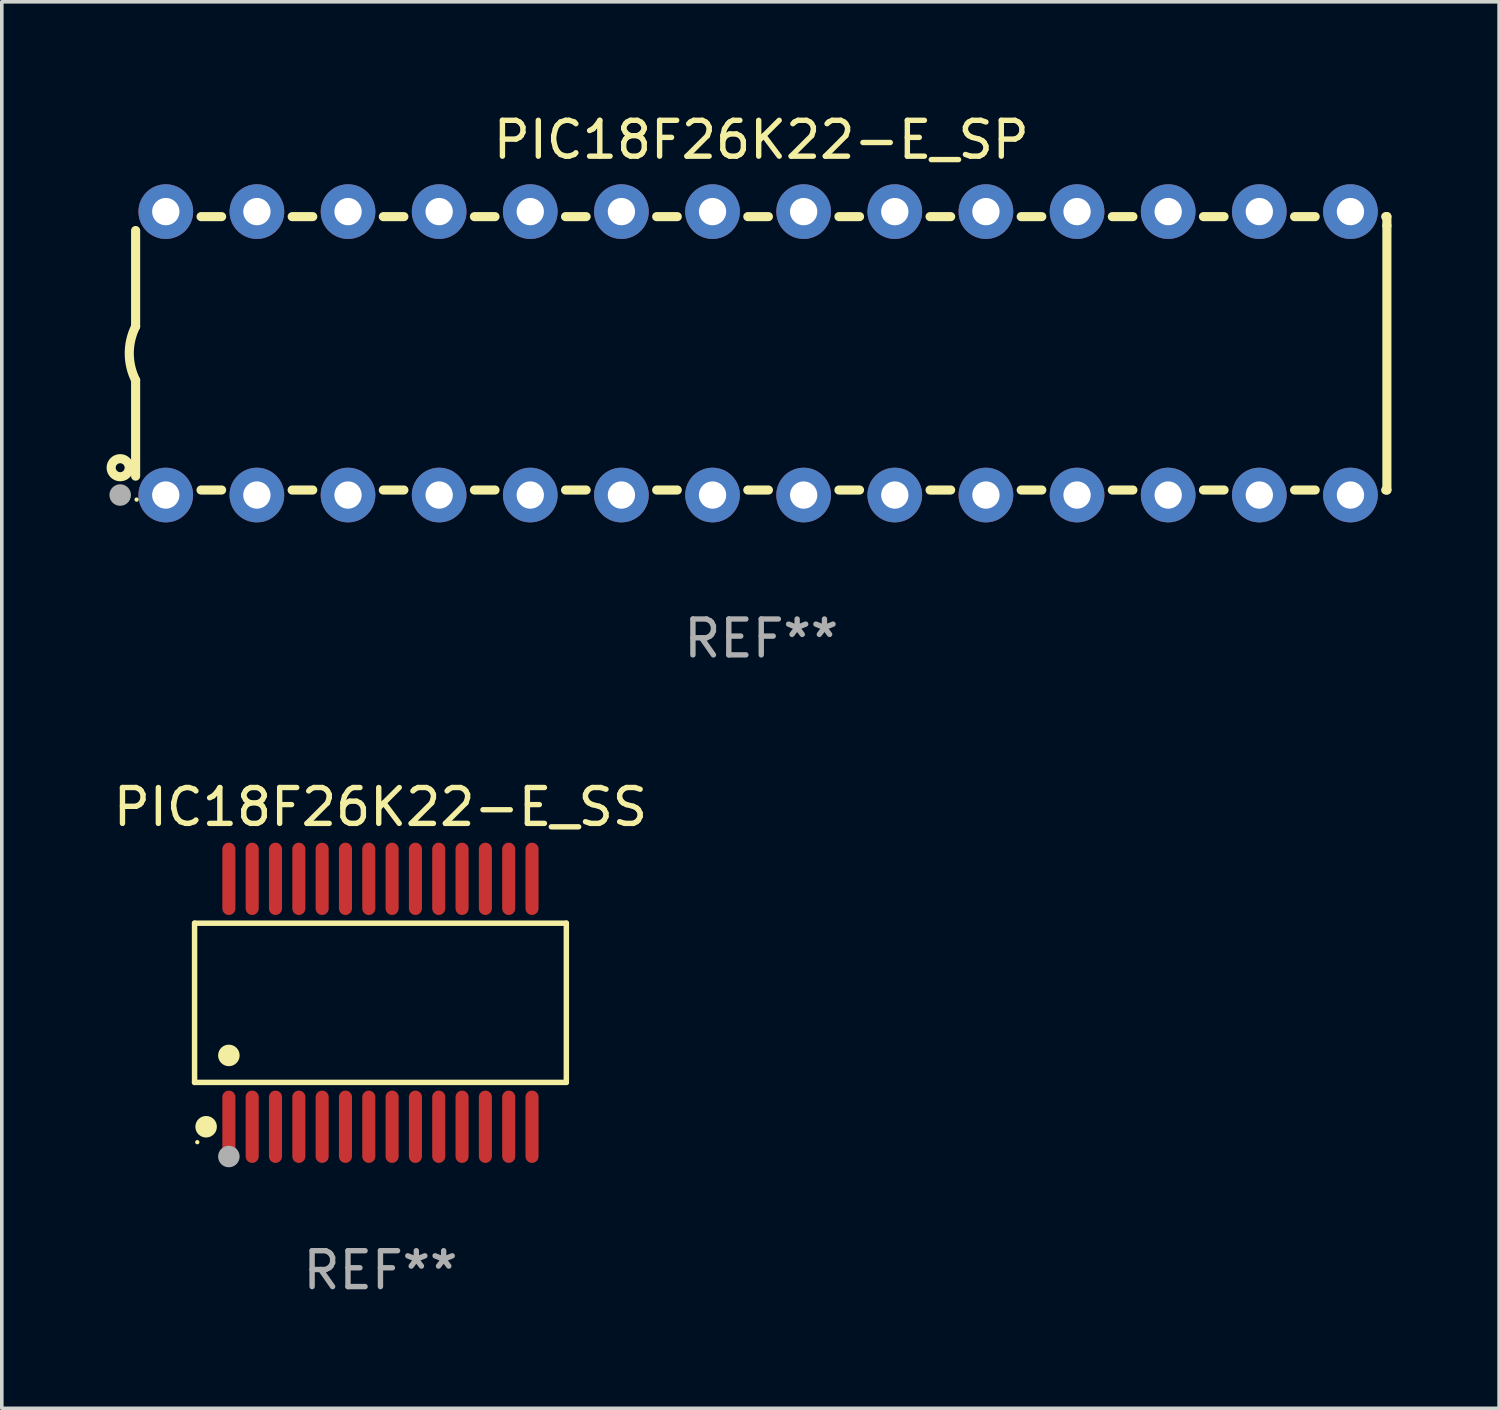
<source format=kicad_pcb>
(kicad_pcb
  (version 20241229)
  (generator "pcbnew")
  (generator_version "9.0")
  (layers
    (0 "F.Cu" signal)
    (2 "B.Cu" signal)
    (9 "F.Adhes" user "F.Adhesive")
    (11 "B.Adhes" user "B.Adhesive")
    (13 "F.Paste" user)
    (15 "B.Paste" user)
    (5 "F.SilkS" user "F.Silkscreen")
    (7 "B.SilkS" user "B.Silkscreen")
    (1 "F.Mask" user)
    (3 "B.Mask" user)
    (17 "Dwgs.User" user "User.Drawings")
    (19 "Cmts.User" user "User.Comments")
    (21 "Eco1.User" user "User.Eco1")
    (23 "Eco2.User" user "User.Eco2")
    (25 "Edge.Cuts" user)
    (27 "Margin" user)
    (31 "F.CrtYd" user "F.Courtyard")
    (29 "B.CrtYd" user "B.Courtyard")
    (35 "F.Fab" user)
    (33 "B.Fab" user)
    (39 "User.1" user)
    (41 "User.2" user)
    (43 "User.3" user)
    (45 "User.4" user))
  (footprint "PIC18F26K22-E_SS"
    (layer "F.Cu")
    (at 7.554 24.9)
    (property "Reference" "PIC18F26K22-E_SS" (at 0 -5.455 0) (layer "F.SilkS") (effects (font (size 1 1) (thickness 0.15))))
    (attr through_hole)
    (fp_line (start -5.181 -2.219) (end 5.181 -2.219) (stroke (width 0.152) (type solid)) (layer "F.SilkS"))
    (fp_line (start -5.181 2.219) (end -5.181 -2.219) (stroke (width 0.152) (type solid)) (layer "F.SilkS"))
    (fp_line (start 5.181 -2.219) (end 5.181 2.219) (stroke (width 0.152) (type solid)) (layer "F.SilkS"))
    (fp_line (start 5.181 2.219) (end -5.181 2.219) (stroke (width 0.152) (type solid)) (layer "F.SilkS"))
    (fp_circle (center -5.105 3.885) (end -5.075 3.885) (stroke (width 0.06) (type solid)) (fill no) (layer "F.SilkS"))
    (fp_circle (center -4.859 3.455) (end -4.709 3.455) (stroke (width 0.3) (type solid)) (fill no) (layer "F.SilkS"))
    (fp_circle (center -4.225 1.467) (end -4.075 1.467) (stroke (width 0.3) (type solid)) (fill no) (layer "F.SilkS"))
    (fp_circle (center -4.225 4.285) (end -4.075 4.285) (stroke (width 0.3) (type solid)) (fill no) (layer "F.Fab"))
    (fp_text user "REF**" (at 0 7.455 0) (layer "F.Fab") (effects (font (size 1 1) (thickness 0.15))))
    (pad "1" smd oval (at -4.225 3.455) (size 0.364 2.015) (layers "F.Cu" "F.Mask" "F.Paste"))
    (pad "2" smd oval (at -3.575 3.455) (size 0.364 2.015) (layers "F.Cu" "F.Mask" "F.Paste"))
    (pad "3" smd oval (at -2.925 3.455) (size 0.364 2.015) (layers "F.Cu" "F.Mask" "F.Paste"))
    (pad "4" smd oval (at -2.275 3.455) (size 0.364 2.015) (layers "F.Cu" "F.Mask" "F.Paste"))
    (pad "5" smd oval (at -1.625 3.455) (size 0.364 2.015) (layers "F.Cu" "F.Mask" "F.Paste"))
    (pad "6" smd oval (at -0.975 3.455) (size 0.364 2.015) (layers "F.Cu" "F.Mask" "F.Paste"))
    (pad "7" smd oval (at -0.325 3.455) (size 0.364 2.015) (layers "F.Cu" "F.Mask" "F.Paste"))
    (pad "8" smd oval (at 0.325 3.455) (size 0.364 2.015) (layers "F.Cu" "F.Mask" "F.Paste"))
    (pad "9" smd oval (at 0.975 3.455) (size 0.364 2.015) (layers "F.Cu" "F.Mask" "F.Paste"))
    (pad "10" smd oval (at 1.625 3.455) (size 0.364 2.015) (layers "F.Cu" "F.Mask" "F.Paste"))
    (pad "11" smd oval (at 2.275 3.455) (size 0.364 2.015) (layers "F.Cu" "F.Mask" "F.Paste"))
    (pad "12" smd oval (at 2.925 3.455) (size 0.364 2.015) (layers "F.Cu" "F.Mask" "F.Paste"))
    (pad "13" smd oval (at 3.575 3.455) (size 0.364 2.015) (layers "F.Cu" "F.Mask" "F.Paste"))
    (pad "14" smd oval (at 4.225 3.455) (size 0.364 2.015) (layers "F.Cu" "F.Mask" "F.Paste"))
    (pad "15" smd oval (at 4.225 -3.455) (size 0.364 2.015) (layers "F.Cu" "F.Mask" "F.Paste"))
    (pad "16" smd oval (at 3.575 -3.455) (size 0.364 2.015) (layers "F.Cu" "F.Mask" "F.Paste"))
    (pad "17" smd oval (at 2.925 -3.455) (size 0.364 2.015) (layers "F.Cu" "F.Mask" "F.Paste"))
    (pad "18" smd oval (at 2.275 -3.455) (size 0.364 2.015) (layers "F.Cu" "F.Mask" "F.Paste"))
    (pad "19" smd oval (at 1.625 -3.455) (size 0.364 2.015) (layers "F.Cu" "F.Mask" "F.Paste"))
    (pad "20" smd oval (at 0.975 -3.455) (size 0.364 2.015) (layers "F.Cu" "F.Mask" "F.Paste"))
    (pad "21" smd oval (at 0.325 -3.455) (size 0.364 2.015) (layers "F.Cu" "F.Mask" "F.Paste"))
    (pad "22" smd oval (at -0.325 -3.455) (size 0.364 2.015) (layers "F.Cu" "F.Mask" "F.Paste"))
    (pad "23" smd oval (at -0.975 -3.455) (size 0.364 2.015) (layers "F.Cu" "F.Mask" "F.Paste"))
    (pad "24" smd oval (at -1.625 -3.455) (size 0.364 2.015) (layers "F.Cu" "F.Mask" "F.Paste"))
    (pad "25" smd oval (at -2.275 -3.455) (size 0.364 2.015) (layers "F.Cu" "F.Mask" "F.Paste"))
    (pad "26" smd oval (at -2.925 -3.455) (size 0.364 2.015) (layers "F.Cu" "F.Mask" "F.Paste"))
    (pad "27" smd oval (at -3.575 -3.455) (size 0.364 2.015) (layers "F.Cu" "F.Mask" "F.Paste"))
    (pad "28" smd oval (at -4.225 -3.455) (size 0.364 2.015) (layers "F.Cu" "F.Mask" "F.Paste")))
  (footprint "PIC18F26K22-E_SP"
    (layer "F.Cu")
    (at 18.168 6.798)
    (property "Reference" "PIC18F26K22-E_SP" (at 0 -5.95 0) (layer "F.SilkS") (effects (font (size 1 1) (thickness 0.15))))
    (attr through_hole)
    (fp_line (start -17.438 0.75) (end -17.438 3.423) (stroke (width 0.254) (type solid)) (layer "F.SilkS"))
    (fp_line (start -17.438 -3.423) (end -17.438 -0.75) (stroke (width 0.254) (type solid)) (layer "F.SilkS"))
    (fp_line (start -15.615 3.81) (end -15.041 3.81) (stroke (width 0.254) (type solid)) (layer "F.SilkS"))
    (fp_line (start -15.041 -3.81) (end -15.614 -3.81) (stroke (width 0.254) (type solid)) (layer "F.SilkS"))
    (fp_line (start -13.075 3.81) (end -12.501 3.81) (stroke (width 0.254) (type solid)) (layer "F.SilkS"))
    (fp_line (start -12.501 -3.81) (end -13.074 -3.81) (stroke (width 0.254) (type solid)) (layer "F.SilkS"))
    (fp_line (start -10.535 3.81) (end -9.961 3.81) (stroke (width 0.254) (type solid)) (layer "F.SilkS"))
    (fp_line (start -9.961 -3.81) (end -10.534 -3.81) (stroke (width 0.254) (type solid)) (layer "F.SilkS"))
    (fp_line (start -7.995 3.81) (end -7.421 3.81) (stroke (width 0.254) (type solid)) (layer "F.SilkS"))
    (fp_line (start -7.421 -3.81) (end -7.995 -3.81) (stroke (width 0.254) (type solid)) (layer "F.SilkS"))
    (fp_line (start -5.455 3.81) (end -4.881 3.81) (stroke (width 0.254) (type solid)) (layer "F.SilkS"))
    (fp_line (start -4.881 -3.81) (end -5.455 -3.81) (stroke (width 0.254) (type solid)) (layer "F.SilkS"))
    (fp_line (start -2.915 3.81) (end -2.341 3.81) (stroke (width 0.254) (type solid)) (layer "F.SilkS"))
    (fp_line (start -2.341 -3.81) (end -2.915 -3.81) (stroke (width 0.254) (type solid)) (layer "F.SilkS"))
    (fp_line (start -0.375 3.81) (end 0.199 3.81) (stroke (width 0.254) (type solid)) (layer "F.SilkS"))
    (fp_line (start 0.199 -3.81) (end -0.375 -3.81) (stroke (width 0.254) (type solid)) (layer "F.SilkS"))
    (fp_line (start 2.165 3.81) (end 2.739 3.81) (stroke (width 0.254) (type solid)) (layer "F.SilkS"))
    (fp_line (start 2.739 -3.81) (end 2.165 -3.81) (stroke (width 0.254) (type solid)) (layer "F.SilkS"))
    (fp_line (start 4.705 3.81) (end 5.279 3.81) (stroke (width 0.254) (type solid)) (layer "F.SilkS"))
    (fp_line (start 5.279 -3.81) (end 4.705 -3.81) (stroke (width 0.254) (type solid)) (layer "F.SilkS"))
    (fp_line (start 7.245 3.81) (end 7.819 3.81) (stroke (width 0.254) (type solid)) (layer "F.SilkS"))
    (fp_line (start 7.819 -3.81) (end 7.245 -3.81) (stroke (width 0.254) (type solid)) (layer "F.SilkS"))
    (fp_line (start 9.785 3.81) (end 10.359 3.81) (stroke (width 0.254) (type solid)) (layer "F.SilkS"))
    (fp_line (start 10.359 -3.81) (end 9.785 -3.81) (stroke (width 0.254) (type solid)) (layer "F.SilkS"))
    (fp_line (start 12.325 3.81) (end 12.899 3.81) (stroke (width 0.254) (type solid)) (layer "F.SilkS"))
    (fp_line (start 12.899 -3.81) (end 12.325 -3.81) (stroke (width 0.254) (type solid)) (layer "F.SilkS"))
    (fp_line (start 14.865 3.81) (end 15.439 3.81) (stroke (width 0.254) (type solid)) (layer "F.SilkS"))
    (fp_line (start 15.439 -3.81) (end 14.865 -3.81) (stroke (width 0.254) (type solid)) (layer "F.SilkS"))
    (fp_line (start 17.405 3.81) (end 17.438 3.81) (stroke (width 0.254) (type solid)) (layer "F.SilkS"))
    (fp_line (start 17.438 -3.81) (end 17.405 -3.81) (stroke (width 0.254) (type solid)) (layer "F.SilkS"))
    (fp_line (start 17.438 -3.556) (end 17.438 -3.81) (stroke (width 0.254) (type solid)) (layer "F.SilkS"))
    (fp_line (start 17.438 3.81) (end 17.438 -3.556) (stroke (width 0.254) (type solid)) (layer "F.SilkS"))
    (fp_arc (start -17.437986 0.749657) (mid -17.614887 -0.000024) (end -17.437783 -0.749657) (stroke (width 0.254001) (type solid)) (layer "F.SilkS"))
    (fp_circle (center -17.868 3.188) (end -17.743 3.188) (stroke (width 0.254) (type solid)) (fill no) (layer "F.SilkS"))
    (fp_circle (center -17.411 4.077) (end -17.381 4.077) (stroke (width 0.06) (type solid)) (fill no) (layer "F.SilkS"))
    (fp_circle (center -17.868 3.95) (end -17.718 3.95) (stroke (width 0.3) (type solid)) (fill no) (layer "F.Fab"))
    (fp_text user "REF**" (at 0 7.95 0) (layer "F.Fab") (effects (font (size 1 1) (thickness 0.15))))
    (pad "1" thru_hole circle (at -16.598 3.95) (size 1.524 1.524) (drill 0.762) (layers "*.Cu" "*.Mask"))
    (pad "2" thru_hole circle (at -14.058 3.95) (size 1.524 1.524) (drill 0.762) (layers "*.Cu" "*.Mask"))
    (pad "3" thru_hole circle (at -11.518 3.95) (size 1.524 1.524) (drill 0.762) (layers "*.Cu" "*.Mask"))
    (pad "4" thru_hole circle (at -8.978 3.95) (size 1.524 1.524) (drill 0.762) (layers "*.Cu" "*.Mask"))
    (pad "5" thru_hole circle (at -6.438 3.95) (size 1.524 1.524) (drill 0.762) (layers "*.Cu" "*.Mask"))
    (pad "6" thru_hole circle (at -3.898 3.95) (size 1.524 1.524) (drill 0.762) (layers "*.Cu" "*.Mask"))
    (pad "7" thru_hole circle (at -1.358 3.95) (size 1.524 1.524) (drill 0.762) (layers "*.Cu" "*.Mask"))
    (pad "8" thru_hole circle (at 1.182 3.95) (size 1.524 1.524) (drill 0.762) (layers "*.Cu" "*.Mask"))
    (pad "9" thru_hole circle (at 3.722 3.95) (size 1.524 1.524) (drill 0.762) (layers "*.Cu" "*.Mask"))
    (pad "10" thru_hole circle (at 6.262 3.95) (size 1.524 1.524) (drill 0.762) (layers "*.Cu" "*.Mask"))
    (pad "11" thru_hole circle (at 8.802 3.95) (size 1.524 1.524) (drill 0.762) (layers "*.Cu" "*.Mask"))
    (pad "12" thru_hole circle (at 11.342 3.95) (size 1.524 1.524) (drill 0.762) (layers "*.Cu" "*.Mask"))
    (pad "13" thru_hole circle (at 13.882 3.95) (size 1.524 1.524) (drill 0.762) (layers "*.Cu" "*.Mask"))
    (pad "14" thru_hole circle (at 16.422 3.95) (size 1.524 1.524) (drill 0.762) (layers "*.Cu" "*.Mask"))
    (pad "15" thru_hole circle (at 16.422 -3.95) (size 1.524 1.524) (drill 0.762) (layers "*.Cu" "*.Mask"))
    (pad "16" thru_hole circle (at 13.882 -3.95) (size 1.524 1.524) (drill 0.762) (layers "*.Cu" "*.Mask"))
    (pad "17" thru_hole circle (at 11.342 -3.95) (size 1.524 1.524) (drill 0.762) (layers "*.Cu" "*.Mask"))
    (pad "18" thru_hole circle (at 8.802 -3.95) (size 1.524 1.524) (drill 0.762) (layers "*.Cu" "*.Mask"))
    (pad "19" thru_hole circle (at 6.262 -3.95) (size 1.524 1.524) (drill 0.762) (layers "*.Cu" "*.Mask"))
    (pad "20" thru_hole circle (at 3.722 -3.95) (size 1.524 1.524) (drill 0.762) (layers "*.Cu" "*.Mask"))
    (pad "21" thru_hole circle (at 1.182 -3.95) (size 1.524 1.524) (drill 0.762) (layers "*.Cu" "*.Mask"))
    (pad "22" thru_hole circle (at -1.358 -3.95) (size 1.524 1.524) (drill 0.762) (layers "*.Cu" "*.Mask"))
    (pad "23" thru_hole circle (at -3.898 -3.95) (size 1.524 1.524) (drill 0.762) (layers "*.Cu" "*.Mask"))
    (pad "24" thru_hole circle (at -6.438 -3.95) (size 1.524 1.524) (drill 0.762) (layers "*.Cu" "*.Mask"))
    (pad "25" thru_hole circle (at -8.978 -3.95) (size 1.524 1.524) (drill 0.762) (layers "*.Cu" "*.Mask"))
    (pad "26" thru_hole circle (at -11.517 -3.95) (size 1.524 1.524) (drill 0.762) (layers "*.Cu" "*.Mask"))
    (pad "27" thru_hole circle (at -14.057 -3.95) (size 1.524 1.524) (drill 0.762) (layers "*.Cu" "*.Mask"))
    (pad "28" thru_hole circle (at -16.597 -3.95) (size 1.524 1.524) (drill 0.762) (layers "*.Cu" "*.Mask")))
  (gr_rect
    (start -3 -3)
    (end 38.733 36.203)
    (stroke (width 0.1) (type default))
    (fill no)
    (layer "Edge.Cuts")))
</source>
